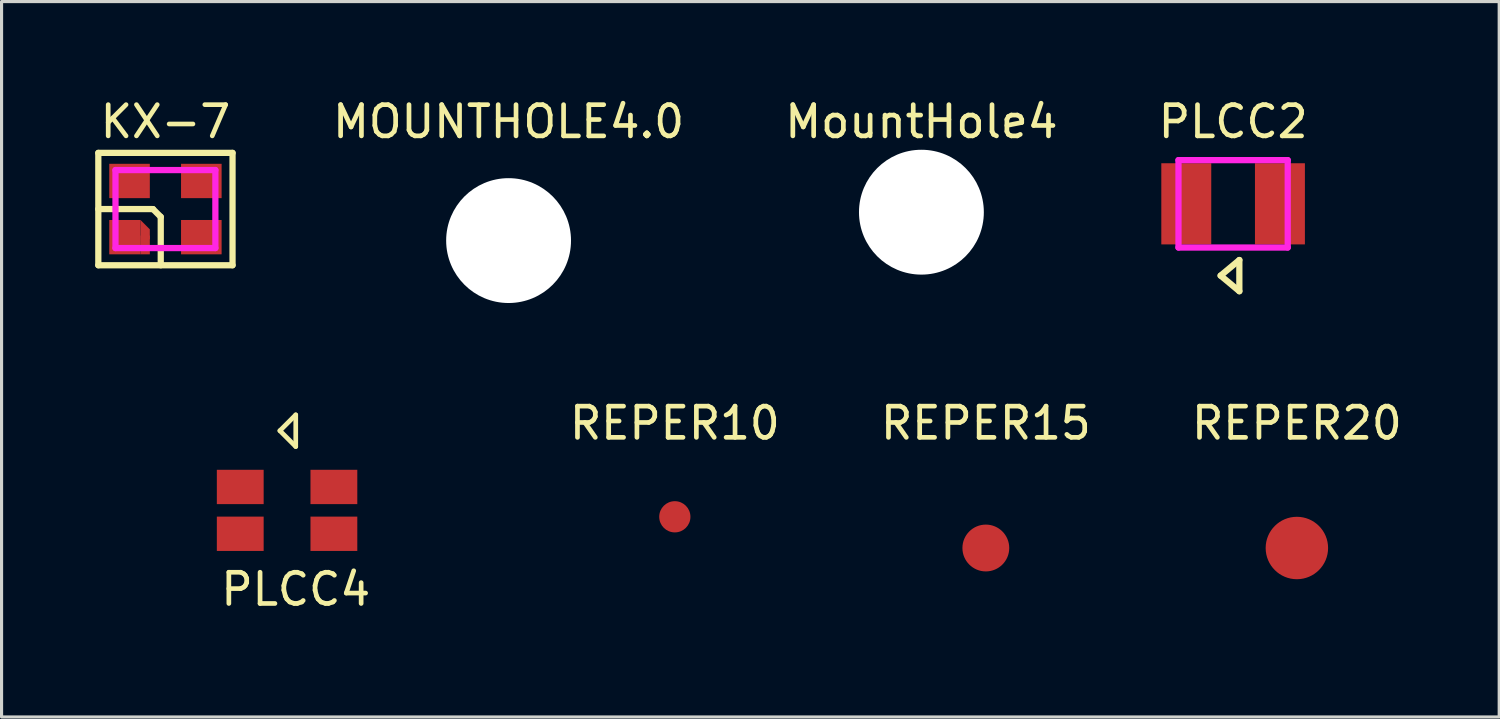
<source format=kicad_pcb>
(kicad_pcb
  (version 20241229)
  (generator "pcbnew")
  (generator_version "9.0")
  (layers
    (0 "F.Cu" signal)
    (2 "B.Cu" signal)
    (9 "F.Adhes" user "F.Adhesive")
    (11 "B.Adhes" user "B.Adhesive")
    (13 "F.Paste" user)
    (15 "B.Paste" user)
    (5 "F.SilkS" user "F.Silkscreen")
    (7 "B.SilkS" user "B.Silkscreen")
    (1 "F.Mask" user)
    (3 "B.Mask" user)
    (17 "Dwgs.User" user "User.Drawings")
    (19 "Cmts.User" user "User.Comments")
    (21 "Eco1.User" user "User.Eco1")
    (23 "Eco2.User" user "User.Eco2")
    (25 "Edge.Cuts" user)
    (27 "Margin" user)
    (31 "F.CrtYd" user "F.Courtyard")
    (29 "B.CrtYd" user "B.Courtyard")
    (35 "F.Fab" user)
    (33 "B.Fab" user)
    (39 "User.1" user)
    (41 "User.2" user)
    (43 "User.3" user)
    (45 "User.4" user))
  (footprint "MountHole4"
    (layer "F.Cu")
    (at 26.47 3.748)
    (property "Reference" "MountHole4" (at 0 -2.9 0) (layer "F.SilkS") (effects (font (size 1 1) (thickness 0.15))))
    (attr through_hole)
    (pad "" np_thru_hole circle (at 0 0) (size 4 4) (drill 4) (layers "*.Cu" "*.Mask")))
  (footprint "REPER20"
    (layer "F.Cu")
    (at 38.499 14.507)
    (property "Reference" "REPER20" (at 0 -4 0) (layer "F.SilkS") (effects (font (size 1 1) (thickness 0.15))))
    (attr through_hole)
    (pad "0" smd circle (at 0 0) (size 2 2) (layers "F.Cu" "F.Mask")))
  (footprint "REPER15"
    (layer "F.Cu")
    (at 28.534 14.507)
    (property "Reference" "REPER15" (at 0 -4 0) (layer "F.SilkS") (effects (font (size 1 1) (thickness 0.15))))
    (attr through_hole)
    (pad "0" smd circle (at 0 0) (size 1.5 1.5) (layers "F.Cu" "F.Mask")))
  (footprint "PLCC2"
    (layer "F.Cu")
    (at 36.456 3.48)
    (property "Reference" "PLCC2" (at 0.002 -2.632 0) (layer "F.SilkS") (effects (font (size 1 1) (thickness 0.15))))
    (attr through_hole)
    (fp_line (start -0.4 2.3) (end 0.2 2.8) (stroke (width 0.2) (type solid)) (layer "F.SilkS"))
    (fp_line (start 0.2 1.8) (end -0.4 2.3) (stroke (width 0.2) (type solid)) (layer "F.SilkS"))
    (fp_line (start 0.2 2.8) (end 0.2 1.8) (stroke (width 0.2) (type solid)) (layer "F.SilkS"))
    (fp_line (start -1.9 1.1) (end -1.9 -1.1) (stroke (width 0.2) (type solid)) (layer "F.Paste"))
    (fp_line (start -1.9 1.1) (end -0.9 1.1) (stroke (width 0.2) (type solid)) (layer "F.Paste"))
    (fp_line (start -1.7 1.1) (end -1.7 -1.1) (stroke (width 0.2) (type solid)) (layer "F.Paste"))
    (fp_line (start -1.5 -1.1) (end -1.5 1.1) (stroke (width 0.2) (type solid)) (layer "F.Paste"))
    (fp_line (start -1.3 -1.1) (end -1.3 1.1) (stroke (width 0.2) (type solid)) (layer "F.Paste"))
    (fp_line (start -1.1 -1.1) (end -1.1 1.1) (stroke (width 0.2) (type solid)) (layer "F.Paste"))
    (fp_line (start -0.9 -1.1) (end -1.9 -1.1) (stroke (width 0.2) (type solid)) (layer "F.Paste"))
    (fp_line (start -0.9 1.1) (end -0.9 -1.1) (stroke (width 0.2) (type solid)) (layer "F.Paste"))
    (fp_line (start 0.9 -1.1) (end 1.9 -1.1) (stroke (width 0.2) (type solid)) (layer "F.Paste"))
    (fp_line (start 0.9 1.1) (end 0.9 -1.1) (stroke (width 0.2) (type solid)) (layer "F.Paste"))
    (fp_line (start 0.9 1.1) (end 1.9 1.1) (stroke (width 0.2) (type solid)) (layer "F.Paste"))
    (fp_line (start 1.1 1.1) (end 1.1 -1.1) (stroke (width 0.2) (type solid)) (layer "F.Paste"))
    (fp_line (start 1.3 1.1) (end 1.3 -1.1) (stroke (width 0.2) (type solid)) (layer "F.Paste"))
    (fp_line (start 1.5 1.1) (end 1.5 -1.1) (stroke (width 0.2) (type solid)) (layer "F.Paste"))
    (fp_line (start 1.7 1.1) (end 1.7 -1.1) (stroke (width 0.2) (type solid)) (layer "F.Paste"))
    (fp_line (start 1.9 1.1) (end 1.9 -1.1) (stroke (width 0.2) (type solid)) (layer "F.Paste"))
    (fp_line (start -1.75 -1.4) (end 1.75 -1.4) (stroke (width 0.2) (type solid)) (layer "F.CrtYd"))
    (fp_line (start -1.75 1.4) (end -1.75 -1.4) (stroke (width 0.2) (type solid)) (layer "F.CrtYd"))
    (fp_line (start 1.75 -1.4) (end 1.75 1.4) (stroke (width 0.2) (type solid)) (layer "F.CrtYd"))
    (fp_line (start 1.75 1.4) (end -1.75 1.4) (stroke (width 0.2) (type solid)) (layer "F.CrtYd"))
    (pad "1" smd rect (at -1.5 0) (size 1.6 2.6) (layers "F.Cu" "F.Mask"))
    (pad "2" smd rect (at 1.5 0) (size 1.6 2.6) (layers "F.Cu" "F.Mask")))
  (footprint "KX-7"
    (layer "F.Cu")
    (at 2.25 3.648)
    (property "Reference" "KX-7" (at 0 -2.8 0) (layer "F.SilkS") (effects (font (size 1 1) (thickness 0.15))))
    (attr through_hole)
    (fp_line (start -1 0.3) (end -0.45 0.85) (stroke (width 0.1) (type solid)) (layer "F.Mask"))
    (fp_line (start -0.9 0.3) (end -0.45 0.75) (stroke (width 0.1) (type solid)) (layer "F.Mask"))
    (fp_line (start -0.8 0.3) (end -0.45 0.65) (stroke (width 0.1) (type solid)) (layer "F.Mask"))
    (fp_line (start -0.7 0.3) (end -1.05 0.3) (stroke (width 0.1) (type solid)) (layer "F.Mask"))
    (fp_line (start -0.45 0.55) (end -0.7 0.3) (stroke (width 0.1) (type solid)) (layer "F.Mask"))
    (fp_line (start -0.45 0.85) (end -0.45 0.55) (stroke (width 0.1) (type solid)) (layer "F.Mask"))
    (fp_line (start -2.15 -1.8) (end -2.15 1.8) (stroke (width 0.2) (type solid)) (layer "F.SilkS"))
    (fp_line (start -2.15 1.8) (end 2.15 1.8) (stroke (width 0.2) (type solid)) (layer "F.SilkS"))
    (fp_line (start -0.4 0) (end -2.15 0) (stroke (width 0.2) (type solid)) (layer "F.SilkS"))
    (fp_line (start -0.4 0) (end -0.15 0.25) (stroke (width 0.2) (type solid)) (layer "F.SilkS"))
    (fp_line (start -0.15 0.25) (end -0.15 1.8) (stroke (width 0.2) (type solid)) (layer "F.SilkS"))
    (fp_line (start 2.15 -1.8) (end -2.15 -1.8) (stroke (width 0.2) (type solid)) (layer "F.SilkS"))
    (fp_line (start 2.15 1.8) (end 2.15 -1.8) (stroke (width 0.2) (type solid)) (layer "F.SilkS"))
    (fp_line (start -1.65 -1.3) (end -1.65 -0.5) (stroke (width 0.2) (type solid)) (layer "F.Paste"))
    (fp_line (start -1.65 -1.3) (end -0.7 -1.3) (stroke (width 0.2) (type solid)) (layer "F.Paste"))
    (fp_line (start -1.65 -0.5) (end -1.45 -0.5) (stroke (width 0.2) (type solid)) (layer "F.Paste"))
    (fp_line (start -1.65 0.5) (end -1.65 1.3) (stroke (width 0.2) (type solid)) (layer "F.Paste"))
    (fp_line (start -1.65 0.5) (end -1.45 0.5) (stroke (width 0.2) (type solid)) (layer "F.Paste"))
    (fp_line (start -1.65 1.3) (end -0.7 1.3) (stroke (width 0.2) (type solid)) (layer "F.Paste"))
    (fp_line (start -1.45 -0.5) (end -1.45 -1.3) (stroke (width 0.2) (type solid)) (layer "F.Paste"))
    (fp_line (start -1.45 -0.5) (end -0.7 -1.1) (stroke (width 0.2) (type solid)) (layer "F.Paste"))
    (fp_line (start -1.45 0.5) (end -1.45 1.3) (stroke (width 0.2) (type solid)) (layer "F.Paste"))
    (fp_line (start -1.45 0.5) (end -0.7 1.1) (stroke (width 0.2) (type solid)) (layer "F.Paste"))
    (fp_line (start -1.25 -1.1) (end -1.25 -0.7) (stroke (width 0.2) (type solid)) (layer "F.Paste"))
    (fp_line (start -1.25 1.1) (end -1.25 0.7) (stroke (width 0.2) (type solid)) (layer "F.Paste"))
    (fp_line (start -1.05 -1.1) (end -1.05 -0.85) (stroke (width 0.2) (type solid)) (layer "F.Paste"))
    (fp_line (start -1.05 1.1) (end -1.05 0.85) (stroke (width 0.2) (type solid)) (layer "F.Paste"))
    (fp_line (start -0.7 -1.3) (end -0.7 -1.1) (stroke (width 0.2) (type solid)) (layer "F.Paste"))
    (fp_line (start -0.7 -1.1) (end -1.45 -1.1) (stroke (width 0.2) (type solid)) (layer "F.Paste"))
    (fp_line (start -0.7 1.1) (end -1.45 1.1) (stroke (width 0.2) (type solid)) (layer "F.Paste"))
    (fp_line (start -0.7 1.3) (end -0.7 1.1) (stroke (width 0.2) (type solid)) (layer "F.Paste"))
    (fp_line (start 0.7 -1.3) (end 0.7 -1.1) (stroke (width 0.2) (type solid)) (layer "F.Paste"))
    (fp_line (start 0.7 -1.3) (end 1.65 -1.3) (stroke (width 0.2) (type solid)) (layer "F.Paste"))
    (fp_line (start 0.7 -1.1) (end 1.45 -1.1) (stroke (width 0.2) (type solid)) (layer "F.Paste"))
    (fp_line (start 0.7 -1.1) (end 1.45 -0.5) (stroke (width 0.2) (type solid)) (layer "F.Paste"))
    (fp_line (start 0.7 1.1) (end 1.45 0.5) (stroke (width 0.2) (type solid)) (layer "F.Paste"))
    (fp_line (start 0.7 1.1) (end 1.45 1.1) (stroke (width 0.2) (type solid)) (layer "F.Paste"))
    (fp_line (start 0.7 1.3) (end 0.7 1.1) (stroke (width 0.2) (type solid)) (layer "F.Paste"))
    (fp_line (start 0.7 1.3) (end 1.65 1.3) (stroke (width 0.2) (type solid)) (layer "F.Paste"))
    (fp_line (start 1.05 -1.1) (end 1.05 -0.85) (stroke (width 0.2) (type solid)) (layer "F.Paste"))
    (fp_line (start 1.05 1.1) (end 1.05 0.85) (stroke (width 0.2) (type solid)) (layer "F.Paste"))
    (fp_line (start 1.25 -1.1) (end 1.25 -0.7) (stroke (width 0.2) (type solid)) (layer "F.Paste"))
    (fp_line (start 1.25 1.1) (end 1.25 0.7) (stroke (width 0.2) (type solid)) (layer "F.Paste"))
    (fp_line (start 1.45 -0.5) (end 1.45 -1.3) (stroke (width 0.2) (type solid)) (layer "F.Paste"))
    (fp_line (start 1.45 -0.5) (end 1.65 -0.5) (stroke (width 0.2) (type solid)) (layer "F.Paste"))
    (fp_line (start 1.45 0.5) (end 1.65 0.5) (stroke (width 0.2) (type solid)) (layer "F.Paste"))
    (fp_line (start 1.45 1.3) (end 1.45 0.5) (stroke (width 0.2) (type solid)) (layer "F.Paste"))
    (fp_line (start 1.65 -1.3) (end 1.65 -0.5) (stroke (width 0.2) (type solid)) (layer "F.Paste"))
    (fp_line (start 1.65 0.5) (end 1.65 1.3) (stroke (width 0.2) (type solid)) (layer "F.Paste"))
    (fp_line (start -1.6 -1.25) (end -1.6 1.25) (stroke (width 0.2) (type solid)) (layer "F.CrtYd"))
    (fp_line (start -1.6 1.25) (end 1.6 1.25) (stroke (width 0.2) (type solid)) (layer "F.CrtYd"))
    (fp_line (start 1.6 -1.25) (end -1.6 -1.25) (stroke (width 0.2) (type solid)) (layer "F.CrtYd"))
    (fp_line (start 1.6 1.25) (end 1.6 -1.25) (stroke (width 0.2) (type solid)) (layer "F.CrtYd"))
    (pad "0" smd rect (at -1.15 -0.9) (size 1.3 1.1) (layers "F.Cu" "F.Mask"))
    (pad "0" smd rect (at 1.15 0.9) (size 1.3 1.1) (layers "F.Cu" "F.Mask"))
    (pad "1" smd rect (at -1.3 0.9) (size 1 1.1) (layers "F.Cu" "F.Mask"))
    (pad "1" smd trapezoid (at -0.65 0.8 270) (size 0.6 0.3) (rect_delta 0 0.3) (layers "F.Cu" "F.Mask"))
    (pad "1" smd rect (at -0.65 1.15 270) (size 0.6 0.3) (layers "F.Cu" "F.Mask"))
    (pad "2" smd rect (at 1.15 -0.9) (size 1.3 1.1) (layers "F.Cu" "F.Mask")))
  (footprint "REPER10"
    (layer "F.Cu")
    (at 18.57 13.507)
    (property "Reference" "REPER10" (at 0 -3 0) (layer "F.SilkS") (effects (font (size 1 1) (thickness 0.15))))
    (attr through_hole)
    (pad "0" smd circle (at 0 0) (size 1 1) (layers "F.Cu" "F.Mask")))
  (footprint "PLCC4"
    (layer "F.Cu")
    (at 4.647 14.051)
    (property "Reference" "PLCC4" (at 1.778 1.778 0) (layer "F.SilkS") (effects (font (size 1 1) (thickness 0.15))))
    (attr through_hole)
    (fp_line (start -4.572 -4.318) (end 1.27 -4.318) (stroke (width 0.15) (type solid)) (layer "F.Mask"))
    (fp_line (start -4.572 -1.016) (end -4.572 -4.318) (stroke (width 0.15) (type solid)) (layer "F.Mask"))
    (fp_line (start -4.572 -0.508) (end -4.572 2.794) (stroke (width 0.15) (type solid)) (layer "F.Mask"))
    (fp_line (start -4.572 2.794) (end 1.27 2.794) (stroke (width 0.15) (type solid)) (layer "F.Mask"))
    (fp_line (start 1.27 -4.318) (end 1.27 -1.016) (stroke (width 0.15) (type solid)) (layer "F.Mask"))
    (fp_line (start 1.27 -1.016) (end -4.572 -1.016) (stroke (width 0.15) (type solid)) (layer "F.Mask"))
    (fp_line (start 1.27 -0.508) (end -4.572 -0.508) (stroke (width 0.15) (type solid)) (layer "F.Mask"))
    (fp_line (start 1.27 2.794) (end 1.27 -0.508) (stroke (width 0.15) (type solid)) (layer "F.Mask"))
    (fp_line (start 1.778 -4.318) (end 1.778 -1.016) (stroke (width 0.15) (type solid)) (layer "F.Mask"))
    (fp_line (start 1.778 -1.016) (end 7.366 -1.016) (stroke (width 0.15) (type solid)) (layer "F.Mask"))
    (fp_line (start 1.778 -0.508) (end 1.778 2.794) (stroke (width 0.15) (type solid)) (layer "F.Mask"))
    (fp_line (start 1.778 2.794) (end 7.366 2.794) (stroke (width 0.15) (type solid)) (layer "F.Mask"))
    (fp_line (start 7.366 -4.318) (end 1.778 -4.318) (stroke (width 0.15) (type solid)) (layer "F.Mask"))
    (fp_line (start 7.366 -1.016) (end 7.366 -4.318) (stroke (width 0.15) (type solid)) (layer "F.Mask"))
    (fp_line (start 7.366 -0.508) (end 1.778 -0.508) (stroke (width 0.15) (type solid)) (layer "F.Mask"))
    (fp_line (start 7.366 2.794) (end 7.366 -0.508) (stroke (width 0.15) (type solid)) (layer "F.Mask"))
    (fp_line (start 1.27 -3.302) (end 1.778 -2.794) (stroke (width 0.15) (type solid)) (layer "F.SilkS"))
    (fp_line (start 1.778 -3.81) (end 1.27 -3.302) (stroke (width 0.15) (type solid)) (layer "F.SilkS"))
    (fp_line (start 1.778 -2.794) (end 1.778 -3.81) (stroke (width 0.15) (type solid)) (layer "F.SilkS"))
    (fp_line (start 0 -1.778) (end 0.635 -1.778) (stroke (width 0.15) (type solid)) (layer "F.Paste"))
    (fp_line (start 0 -1.143) (end 0 -1.778) (stroke (width 0.15) (type solid)) (layer "F.Paste"))
    (fp_line (start 0 -0.381) (end 0.635 -0.381) (stroke (width 0.15) (type solid)) (layer "F.Paste"))
    (fp_line (start 0 0.254) (end 0 -0.381) (stroke (width 0.15) (type solid)) (layer "F.Paste"))
    (fp_line (start 0.635 -1.778) (end 0.635 -1.143) (stroke (width 0.15) (type solid)) (layer "F.Paste"))
    (fp_line (start 0.635 -1.143) (end 0 -1.143) (stroke (width 0.15) (type solid)) (layer "F.Paste"))
    (fp_line (start 0.635 -0.381) (end 0.635 0.254) (stroke (width 0.15) (type solid)) (layer "F.Paste"))
    (fp_line (start 0.635 0.254) (end 0 0.254) (stroke (width 0.15) (type solid)) (layer "F.Paste"))
    (fp_line (start 2.413 -1.778) (end 2.413 -1.143) (stroke (width 0.15) (type solid)) (layer "F.Paste"))
    (fp_line (start 2.413 -1.143) (end 3.048 -1.143) (stroke (width 0.15) (type solid)) (layer "F.Paste"))
    (fp_line (start 2.413 -0.381) (end 2.413 0.254) (stroke (width 0.15) (type solid)) (layer "F.Paste"))
    (fp_line (start 2.413 0.254) (end 3.048 0.254) (stroke (width 0.15) (type solid)) (layer "F.Paste"))
    (fp_line (start 3.048 -1.778) (end 2.413 -1.778) (stroke (width 0.15) (type solid)) (layer "F.Paste"))
    (fp_line (start 3.048 -1.143) (end 3.048 -1.778) (stroke (width 0.15) (type solid)) (layer "F.Paste"))
    (fp_line (start 3.048 -0.381) (end 2.413 -0.381) (stroke (width 0.15) (type solid)) (layer "F.Paste"))
    (fp_line (start 3.048 0.254) (end 3.048 -0.381) (stroke (width 0.15) (type solid)) (layer "F.Paste"))
    (pad "1" smd rect (at 0 0 180) (size 1.5 1.1) (layers "F.Cu" "F.Mask" "F.Paste"))
    (pad "2" smd rect (at 3 0 180) (size 1.5 1.1) (layers "F.Cu" "F.Mask" "F.Paste"))
    (pad "3" smd rect (at 0 -1.5 180) (size 1.5 1.1) (layers "F.Cu" "F.Mask" "F.Paste"))
    (pad "4" smd rect (at 3 -1.5 180) (size 1.5 1.1) (layers "F.Cu" "F.Mask" "F.Paste")))
  (footprint "MOUNTHOLE4.0"
    (layer "F.Cu")
    (at 13.244 4.658)
    (property "Reference" "MOUNTHOLE4.0" (at 0 -3.81 0) (layer "F.SilkS") (effects (font (size 1 1) (thickness 0.15))))
    (attr through_hole)
    (pad "" np_thru_hole circle (at 0 0) (size 4 4) (drill 4) (layers "*.Cu" "*.Mask")))
  (gr_rect
    (start -3 -3)
    (end 44.981 19.92)
    (stroke (width 0.1) (type default))
    (fill no)
    (layer "Edge.Cuts")))
</source>
